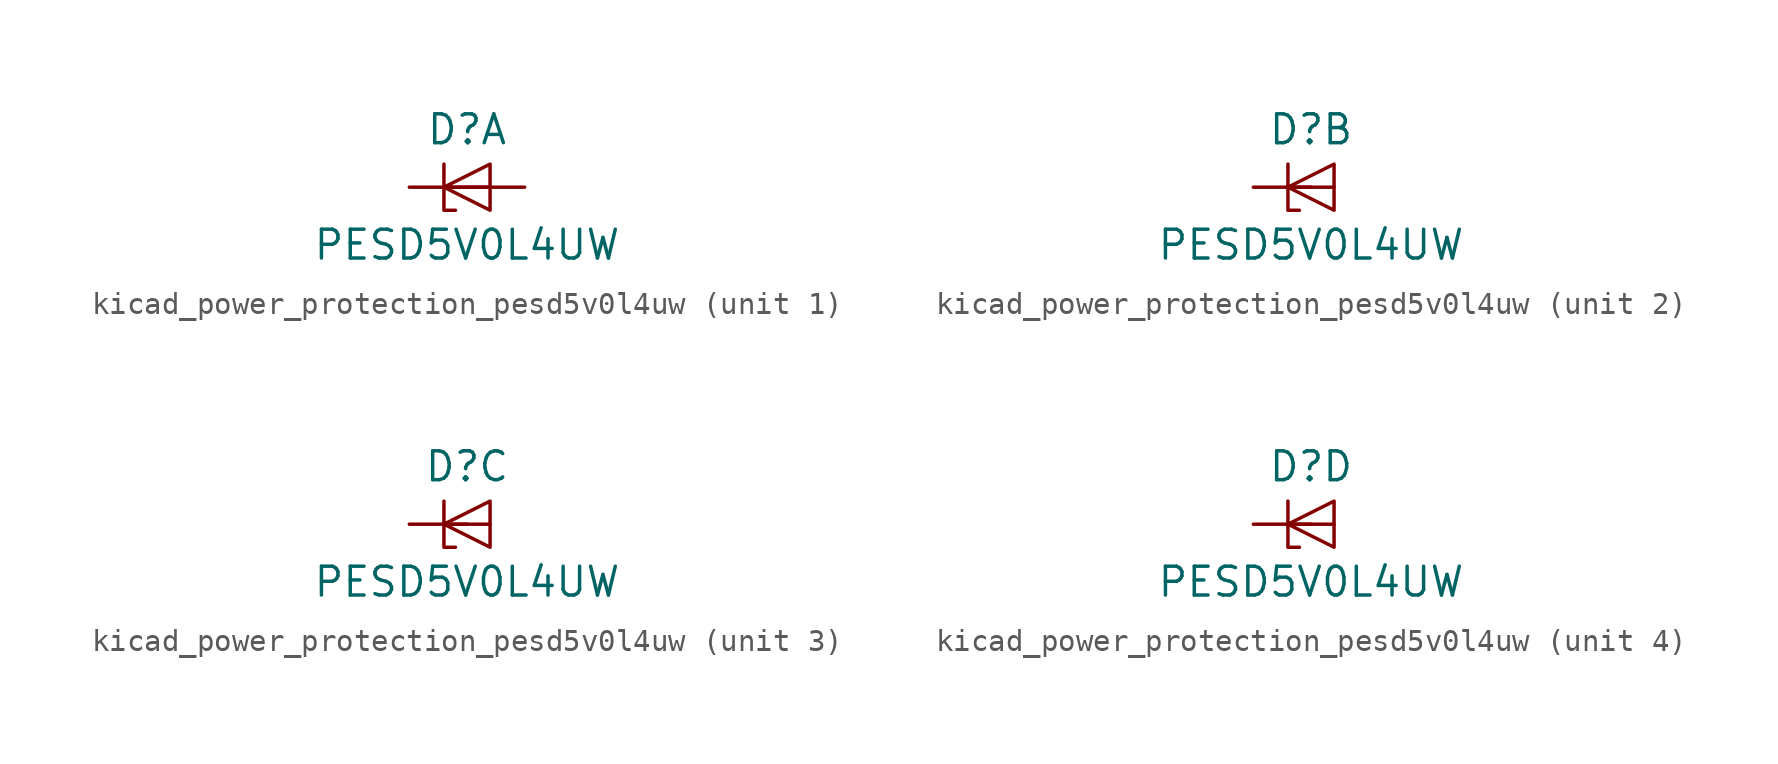
<source format=kicad_sym>
(kicad_symbol_lib
  (version 20220914)
  (generator kicad_symbol_editor)
  (symbol "kicad_power_protection_pesd5v0l4uw"
    (pin_numbers hide)
    (pin_names hide)
    (property "Reference" "D"
      (at 0 2.54 0)
      (effects (font (size 1.27 1.27))))
    (property "Value" "PESD5V0L4UW"
      (at 0 -2.54 0)
      (effects (font (size 1.27 1.27))))
    (property "ki_locked" ""
      (at 0 0 0)
      (effects (font (size 1.27 1.27))))
    (symbol "kicad_power_protection_pesd5v0l4uw_0_1"
      (polyline (pts (xy -1.016 0) (xy 1.016 0)) (stroke (width 0) (type default)) (fill (type none)))
      (polyline (pts (xy -1.016 1.016) (xy -1.016 -1.016) (xy -0.508 -1.016)) (stroke (width 0) (type default)) (fill (type none)))
      (polyline (pts (xy 1.016 1.016) (xy -1.016 0) (xy 1.016 -1.016) (xy 1.016 1.016)) (stroke (width 0) (type default)) (fill (type none))))
    (symbol "kicad_power_protection_pesd5v0l4uw_1_1"
      (pin passive line (at -2.54 0 0) (length 2.54) (name "K1" (effects (font (size 1.27 1.27)))) (number "1" (effects (font (size 1.27 1.27)))))
      (pin passive line (at 2.54 0 180) (length 2.54) (name "A" (effects (font (size 1.27 1.27)))) (number "2" (effects (font (size 1.27 1.27))))))
    (symbol "kicad_power_protection_pesd5v0l4uw_2_1"
      (pin passive line (at -2.54 0 0) (length 2.54) (name "K2" (effects (font (size 1.27 1.27)))) (number "3" (effects (font (size 1.27 1.27))))))
    (symbol "kicad_power_protection_pesd5v0l4uw_3_1"
      (pin passive line (at -2.54 0 0) (length 2.54) (name "K3" (effects (font (size 1.27 1.27)))) (number "4" (effects (font (size 1.27 1.27))))))
    (symbol "kicad_power_protection_pesd5v0l4uw_4_1"
      (pin passive line (at -2.54 0 0) (length 2.54) (name "K4" (effects (font (size 1.27 1.27)))) (number "5" (effects (font (size 1.27 1.27))))))))
</source>
